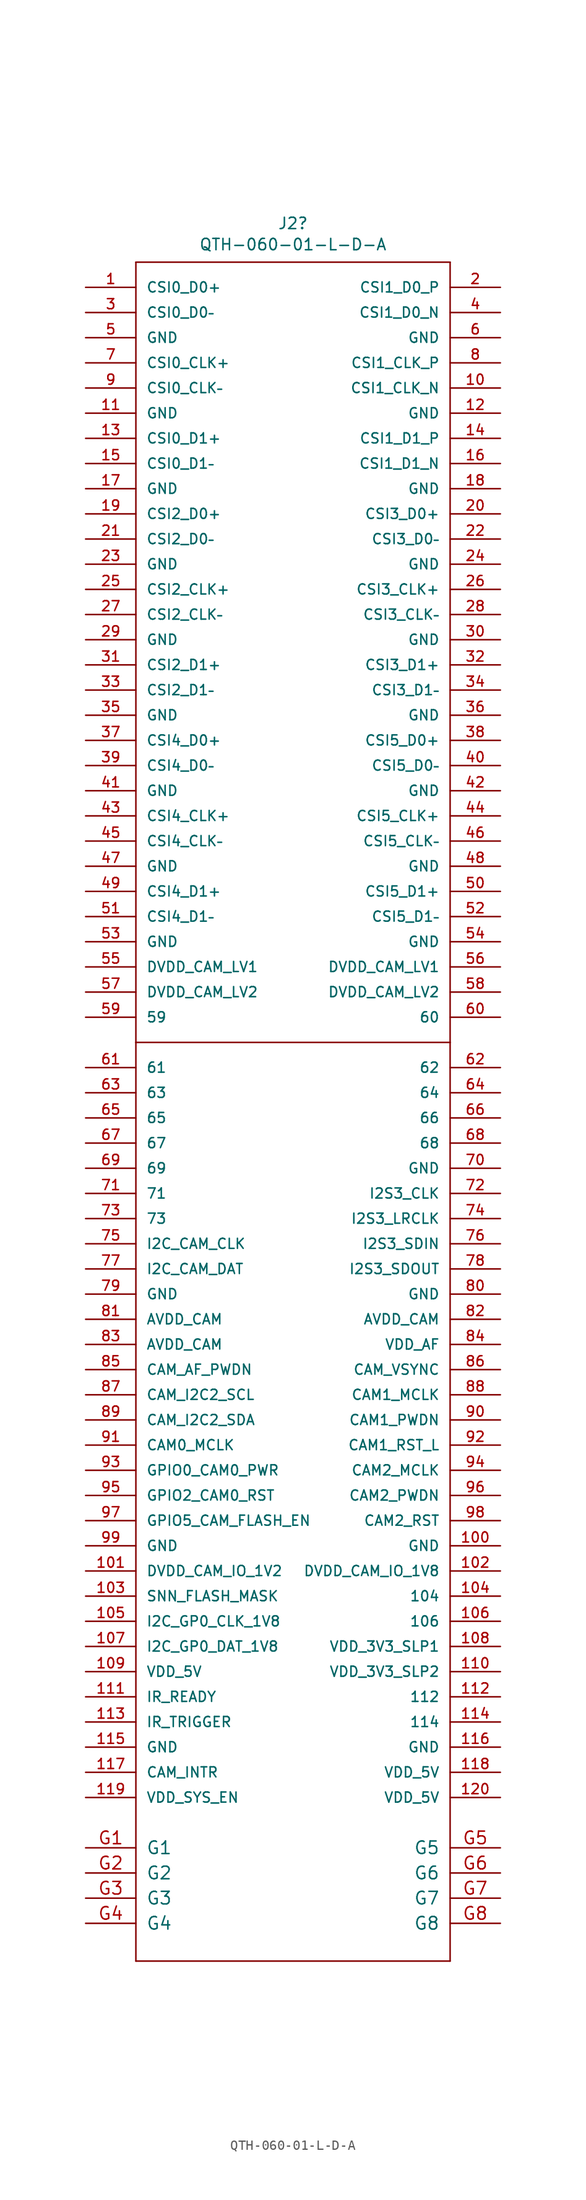
<source format=kicad_sym>
(kicad_symbol_lib
  (version 20211014)
  (generator kicad_symbol_editor)
  (symbol "QTH-060-01-L-D-A"
    (pin_names
      (offset 1.016))
    (property "Reference" "J2"
      (at 6.985 82.652 0)
      (effects (font (size 1.143 1.143))))
    (property "Value" "QTH-060-01-L-D-A"
      (at 6.985 80.518 0)
      (effects (font (size 1.143 1.143))))
    (property "ki_locked" ""
      (at 0 0 0)
      (effects (font (size 1.27 1.27))))
    (symbol "QTH-060-01-L-D-A_1_0"
      (polyline (pts (xy -8.89 -92.71) (xy -8.89 0)) (stroke (width 0) (type default) (color 0 0 0 0)) (fill (type none)))
      (polyline (pts (xy -8.89 0) (xy -8.89 78.74)) (stroke (width 0) (type default) (color 0 0 0 0)) (fill (type none)))
      (polyline (pts (xy -8.89 0) (xy 22.86 0)) (stroke (width 0) (type default) (color 0 0 0 0)) (fill (type none)))
      (polyline (pts (xy -8.89 78.74) (xy 22.86 78.74)) (stroke (width 0) (type default) (color 0 0 0 0)) (fill (type none)))
      (polyline (pts (xy 22.86 0) (xy 22.86 -92.71)) (stroke (width 0) (type default) (color 0 0 0 0)) (fill (type none)))
      (polyline (pts (xy 22.86 78.74) (xy 22.86 0)) (stroke (width 0) (type default) (color 0 0 0 0)) (fill (type none)))
      (polyline (pts (xy 22.86 -92.71) (xy 5.08 -92.71) (xy -8.89 -92.71)) (stroke (width 0) (type default) (color 0 0 0 0)) (fill (type none))))
    (symbol "QTH-060-01-L-D-A_1_1"
      (pin input line (at -13.97 76.2 0) (length 5.08) (name "CSI0_D0+" (effects (font (size 1.016 1.016)))) (number "1" (effects (font (size 1.016 1.016)))))
      (pin bidirectional line (at 27.94 66.04 180) (length 5.08) (name "CSI1_CLK_N" (effects (font (size 1.016 1.016)))) (number "10" (effects (font (size 1.016 1.016)))))
      (pin bidirectional line (at 27.94 -50.8 180) (length 5.08) (name "GND" (effects (font (size 1.016 1.016)))) (number "100" (effects (font (size 1.016 1.016)))))
      (pin power_out line (at -13.97 -53.34 0) (length 5.08) (name "DVDD_CAM_IO_1V2" (effects (font (size 1.016 1.016)))) (number "101" (effects (font (size 1.016 1.016)))))
      (pin power_out line (at 27.94 -53.34 180) (length 5.08) (name "DVDD_CAM_IO_1V8" (effects (font (size 1.016 1.016)))) (number "102" (effects (font (size 1.016 1.016)))))
      (pin bidirectional line (at -13.97 -55.88 0) (length 5.08) (name "SNN_FLASH_MASK" (effects (font (size 1.016 1.016)))) (number "103" (effects (font (size 1.016 1.016)))))
      (pin bidirectional line (at 27.94 -55.88 180) (length 5.08) (name "104" (effects (font (size 1.016 1.016)))) (number "104" (effects (font (size 1.016 1.016)))))
      (pin bidirectional line (at -13.97 -58.42 0) (length 5.08) (name "I2C_GP0_CLK_1V8" (effects (font (size 1.016 1.016)))) (number "105" (effects (font (size 1.016 1.016)))))
      (pin bidirectional line (at 27.94 -58.42 180) (length 5.08) (name "106" (effects (font (size 1.016 1.016)))) (number "106" (effects (font (size 1.016 1.016)))))
      (pin bidirectional line (at -13.97 -60.96 0) (length 5.08) (name "I2C_GP0_DAT_1V8" (effects (font (size 1.016 1.016)))) (number "107" (effects (font (size 1.016 1.016)))))
      (pin bidirectional line (at 27.94 -60.96 180) (length 5.08) (name "VDD_3V3_SLP1" (effects (font (size 1.016 1.016)))) (number "108" (effects (font (size 1.016 1.016)))))
      (pin bidirectional line (at -13.97 -63.5 0) (length 5.08) (name "VDD_5V" (effects (font (size 1.016 1.016)))) (number "109" (effects (font (size 1.016 1.016)))))
      (pin bidirectional line (at -13.97 63.5 0) (length 5.08) (name "GND" (effects (font (size 1.016 1.016)))) (number "11" (effects (font (size 1.016 1.016)))))
      (pin bidirectional line (at 27.94 -63.5 180) (length 5.08) (name "VDD_3V3_SLP2" (effects (font (size 1.016 1.016)))) (number "110" (effects (font (size 1.016 1.016)))))
      (pin bidirectional line (at -13.97 -66.04 0) (length 5.08) (name "IR_READY" (effects (font (size 1.016 1.016)))) (number "111" (effects (font (size 1.016 1.016)))))
      (pin bidirectional line (at 27.94 -66.04 180) (length 5.08) (name "112" (effects (font (size 1.016 1.016)))) (number "112" (effects (font (size 1.016 1.016)))))
      (pin bidirectional line (at -13.97 -68.58 0) (length 5.08) (name "IR_TRIGGER" (effects (font (size 1.016 1.016)))) (number "113" (effects (font (size 1.016 1.016)))))
      (pin bidirectional line (at 27.94 -68.58 180) (length 5.08) (name "114" (effects (font (size 1.016 1.016)))) (number "114" (effects (font (size 1.016 1.016)))))
      (pin bidirectional line (at -13.97 -71.12 0) (length 5.08) (name "GND" (effects (font (size 1.016 1.016)))) (number "115" (effects (font (size 1.016 1.016)))))
      (pin bidirectional line (at 27.94 -71.12 180) (length 5.08) (name "GND" (effects (font (size 1.016 1.016)))) (number "116" (effects (font (size 1.016 1.016)))))
      (pin bidirectional line (at -13.97 -73.66 0) (length 5.08) (name "CAM_INTR" (effects (font (size 1.016 1.016)))) (number "117" (effects (font (size 1.016 1.016)))))
      (pin bidirectional line (at 27.94 -73.66 180) (length 5.08) (name "VDD_5V" (effects (font (size 1.016 1.016)))) (number "118" (effects (font (size 1.016 1.016)))))
      (pin bidirectional line (at -13.97 -76.2 0) (length 5.08) (name "VDD_SYS_EN" (effects (font (size 1.016 1.016)))) (number "119" (effects (font (size 1.016 1.016)))))
      (pin bidirectional line (at 27.94 63.5 180) (length 5.08) (name "GND" (effects (font (size 1.016 1.016)))) (number "12" (effects (font (size 1.016 1.016)))))
      (pin bidirectional line (at 27.94 -76.2 180) (length 5.08) (name "VDD_5V" (effects (font (size 1.016 1.016)))) (number "120" (effects (font (size 1.016 1.016)))))
      (pin input line (at -13.97 60.96 0) (length 5.08) (name "CSI0_D1+" (effects (font (size 1.016 1.016)))) (number "13" (effects (font (size 1.016 1.016)))))
      (pin bidirectional line (at 27.94 60.96 180) (length 5.08) (name "CSI1_D1_P" (effects (font (size 1.016 1.016)))) (number "14" (effects (font (size 1.016 1.016)))))
      (pin bidirectional line (at -13.97 58.42 0) (length 5.08) (name "CSI0_D1–" (effects (font (size 1.016 1.016)))) (number "15" (effects (font (size 1.016 1.016)))))
      (pin bidirectional line (at 27.94 58.42 180) (length 5.08) (name "CSI1_D1_N" (effects (font (size 1.016 1.016)))) (number "16" (effects (font (size 1.016 1.016)))))
      (pin bidirectional line (at -13.97 55.88 0) (length 5.08) (name "GND" (effects (font (size 1.016 1.016)))) (number "17" (effects (font (size 1.016 1.016)))))
      (pin bidirectional line (at 27.94 55.88 180) (length 5.08) (name "GND" (effects (font (size 1.016 1.016)))) (number "18" (effects (font (size 1.016 1.016)))))
      (pin input line (at -13.97 53.34 0) (length 5.08) (name "CSI2_D0+" (effects (font (size 1.016 1.016)))) (number "19" (effects (font (size 1.016 1.016)))))
      (pin bidirectional line (at 27.94 76.2 180) (length 5.08) (name "CSI1_D0_P" (effects (font (size 1.016 1.016)))) (number "2" (effects (font (size 1.016 1.016)))))
      (pin bidirectional line (at 27.94 53.34 180) (length 5.08) (name "CSI3_D0+" (effects (font (size 1.016 1.016)))) (number "20" (effects (font (size 1.016 1.016)))))
      (pin input line (at -13.97 50.8 0) (length 5.08) (name "CSI2_D0–" (effects (font (size 1.016 1.016)))) (number "21" (effects (font (size 1.016 1.016)))))
      (pin bidirectional line (at 27.94 50.8 180) (length 5.08) (name "CSI3_D0–" (effects (font (size 1.016 1.016)))) (number "22" (effects (font (size 1.016 1.016)))))
      (pin bidirectional line (at -13.97 48.26 0) (length 5.08) (name "GND" (effects (font (size 1.016 1.016)))) (number "23" (effects (font (size 1.016 1.016)))))
      (pin bidirectional line (at 27.94 48.26 180) (length 5.08) (name "GND" (effects (font (size 1.016 1.016)))) (number "24" (effects (font (size 1.016 1.016)))))
      (pin input line (at -13.97 45.72 0) (length 5.08) (name "CSI2_CLK+" (effects (font (size 1.016 1.016)))) (number "25" (effects (font (size 1.016 1.016)))))
      (pin bidirectional line (at 27.94 45.72 180) (length 5.08) (name "CSI3_CLK+" (effects (font (size 1.016 1.016)))) (number "26" (effects (font (size 1.016 1.016)))))
      (pin input line (at -13.97 43.18 0) (length 5.08) (name "CSI2_CLK–" (effects (font (size 1.016 1.016)))) (number "27" (effects (font (size 1.016 1.016)))))
      (pin bidirectional line (at 27.94 43.18 180) (length 5.08) (name "CSI3_CLK–" (effects (font (size 1.016 1.016)))) (number "28" (effects (font (size 1.016 1.016)))))
      (pin bidirectional line (at -13.97 40.64 0) (length 5.08) (name "GND" (effects (font (size 1.016 1.016)))) (number "29" (effects (font (size 1.016 1.016)))))
      (pin input line (at -13.97 73.66 0) (length 5.08) (name "CSI0_D0–" (effects (font (size 1.016 1.016)))) (number "3" (effects (font (size 1.016 1.016)))))
      (pin bidirectional line (at 27.94 40.64 180) (length 5.08) (name "GND" (effects (font (size 1.016 1.016)))) (number "30" (effects (font (size 1.016 1.016)))))
      (pin input line (at -13.97 38.1 0) (length 5.08) (name "CSI2_D1+" (effects (font (size 1.016 1.016)))) (number "31" (effects (font (size 1.016 1.016)))))
      (pin bidirectional line (at 27.94 38.1 180) (length 5.08) (name "CSI3_D1+" (effects (font (size 1.016 1.016)))) (number "32" (effects (font (size 1.016 1.016)))))
      (pin input line (at -13.97 35.56 0) (length 5.08) (name "CSI2_D1–" (effects (font (size 1.016 1.016)))) (number "33" (effects (font (size 1.016 1.016)))))
      (pin bidirectional line (at 27.94 35.56 180) (length 5.08) (name "CSI3_D1–" (effects (font (size 1.016 1.016)))) (number "34" (effects (font (size 1.016 1.016)))))
      (pin bidirectional line (at -13.97 33.02 0) (length 5.08) (name "GND" (effects (font (size 1.016 1.016)))) (number "35" (effects (font (size 1.016 1.016)))))
      (pin bidirectional line (at 27.94 33.02 180) (length 5.08) (name "GND" (effects (font (size 1.016 1.016)))) (number "36" (effects (font (size 1.016 1.016)))))
      (pin input line (at -13.97 30.48 0) (length 5.08) (name "CSI4_D0+" (effects (font (size 1.016 1.016)))) (number "37" (effects (font (size 1.016 1.016)))))
      (pin bidirectional line (at 27.94 30.48 180) (length 5.08) (name "CSI5_D0+" (effects (font (size 1.016 1.016)))) (number "38" (effects (font (size 1.016 1.016)))))
      (pin input line (at -13.97 27.94 0) (length 5.08) (name "CSI4_D0–" (effects (font (size 1.016 1.016)))) (number "39" (effects (font (size 1.016 1.016)))))
      (pin bidirectional line (at 27.94 73.66 180) (length 5.08) (name "CSI1_D0_N" (effects (font (size 1.016 1.016)))) (number "4" (effects (font (size 1.016 1.016)))))
      (pin bidirectional line (at 27.94 27.94 180) (length 5.08) (name "CSI5_D0–" (effects (font (size 1.016 1.016)))) (number "40" (effects (font (size 1.016 1.016)))))
      (pin bidirectional line (at -13.97 25.4 0) (length 5.08) (name "GND" (effects (font (size 1.016 1.016)))) (number "41" (effects (font (size 1.016 1.016)))))
      (pin bidirectional line (at 27.94 25.4 180) (length 5.08) (name "GND" (effects (font (size 1.016 1.016)))) (number "42" (effects (font (size 1.016 1.016)))))
      (pin input line (at -13.97 22.86 0) (length 5.08) (name "CSI4_CLK+" (effects (font (size 1.016 1.016)))) (number "43" (effects (font (size 1.016 1.016)))))
      (pin bidirectional line (at 27.94 22.86 180) (length 5.08) (name "CSI5_CLK+" (effects (font (size 1.016 1.016)))) (number "44" (effects (font (size 1.016 1.016)))))
      (pin input line (at -13.97 20.32 0) (length 5.08) (name "CSI4_CLK–" (effects (font (size 1.016 1.016)))) (number "45" (effects (font (size 1.016 1.016)))))
      (pin bidirectional line (at 27.94 20.32 180) (length 5.08) (name "CSI5_CLK–" (effects (font (size 1.016 1.016)))) (number "46" (effects (font (size 1.016 1.016)))))
      (pin bidirectional line (at -13.97 17.78 0) (length 5.08) (name "GND" (effects (font (size 1.016 1.016)))) (number "47" (effects (font (size 1.016 1.016)))))
      (pin bidirectional line (at 27.94 17.78 180) (length 5.08) (name "GND" (effects (font (size 1.016 1.016)))) (number "48" (effects (font (size 1.016 1.016)))))
      (pin input line (at -13.97 15.24 0) (length 5.08) (name "CSI4_D1+" (effects (font (size 1.016 1.016)))) (number "49" (effects (font (size 1.016 1.016)))))
      (pin bidirectional line (at -13.97 71.12 0) (length 5.08) (name "GND" (effects (font (size 1.016 1.016)))) (number "5" (effects (font (size 1.016 1.016)))))
      (pin bidirectional line (at 27.94 15.24 180) (length 5.08) (name "CSI5_D1+" (effects (font (size 1.016 1.016)))) (number "50" (effects (font (size 1.016 1.016)))))
      (pin input line (at -13.97 12.7 0) (length 5.08) (name "CSI4_D1–" (effects (font (size 1.016 1.016)))) (number "51" (effects (font (size 1.016 1.016)))))
      (pin bidirectional line (at 27.94 12.7 180) (length 5.08) (name "CSI5_D1–" (effects (font (size 1.016 1.016)))) (number "52" (effects (font (size 1.016 1.016)))))
      (pin bidirectional line (at -13.97 10.16 0) (length 5.08) (name "GND" (effects (font (size 1.016 1.016)))) (number "53" (effects (font (size 1.016 1.016)))))
      (pin bidirectional line (at 27.94 10.16 180) (length 5.08) (name "GND" (effects (font (size 1.016 1.016)))) (number "54" (effects (font (size 1.016 1.016)))))
      (pin bidirectional line (at -13.97 7.62 0) (length 5.08) (name "DVDD_CAM_LV1" (effects (font (size 1.016 1.016)))) (number "55" (effects (font (size 1.016 1.016)))))
      (pin bidirectional line (at 27.94 7.62 180) (length 5.08) (name "DVDD_CAM_LV1" (effects (font (size 1.016 1.016)))) (number "56" (effects (font (size 1.016 1.016)))))
      (pin bidirectional line (at -13.97 5.08 0) (length 5.08) (name "DVDD_CAM_LV2" (effects (font (size 1.016 1.016)))) (number "57" (effects (font (size 1.016 1.016)))))
      (pin bidirectional line (at 27.94 5.08 180) (length 5.08) (name "DVDD_CAM_LV2" (effects (font (size 1.016 1.016)))) (number "58" (effects (font (size 1.016 1.016)))))
      (pin bidirectional line (at -13.97 2.54 0) (length 5.08) (name "59" (effects (font (size 1.016 1.016)))) (number "59" (effects (font (size 1.016 1.016)))))
      (pin bidirectional line (at 27.94 71.12 180) (length 5.08) (name "GND" (effects (font (size 1.016 1.016)))) (number "6" (effects (font (size 1.016 1.016)))))
      (pin bidirectional line (at 27.94 2.54 180) (length 5.08) (name "60" (effects (font (size 1.016 1.016)))) (number "60" (effects (font (size 1.016 1.016)))))
      (pin bidirectional line (at -13.97 -2.54 0) (length 5.08) (name "61" (effects (font (size 1.016 1.016)))) (number "61" (effects (font (size 1.016 1.016)))))
      (pin bidirectional line (at 27.94 -2.54 180) (length 5.08) (name "62" (effects (font (size 1.016 1.016)))) (number "62" (effects (font (size 1.016 1.016)))))
      (pin bidirectional line (at -13.97 -5.08 0) (length 5.08) (name "63" (effects (font (size 1.016 1.016)))) (number "63" (effects (font (size 1.016 1.016)))))
      (pin bidirectional line (at 27.94 -5.08 180) (length 5.08) (name "64" (effects (font (size 1.016 1.016)))) (number "64" (effects (font (size 1.016 1.016)))))
      (pin bidirectional line (at -13.97 -7.62 0) (length 5.08) (name "65" (effects (font (size 1.016 1.016)))) (number "65" (effects (font (size 1.016 1.016)))))
      (pin bidirectional line (at 27.94 -7.62 180) (length 5.08) (name "66" (effects (font (size 1.016 1.016)))) (number "66" (effects (font (size 1.016 1.016)))))
      (pin bidirectional line (at -13.97 -10.16 0) (length 5.08) (name "67" (effects (font (size 1.016 1.016)))) (number "67" (effects (font (size 1.016 1.016)))))
      (pin bidirectional line (at 27.94 -10.16 180) (length 5.08) (name "68" (effects (font (size 1.016 1.016)))) (number "68" (effects (font (size 1.016 1.016)))))
      (pin bidirectional line (at -13.97 -12.7 0) (length 5.08) (name "69" (effects (font (size 1.016 1.016)))) (number "69" (effects (font (size 1.016 1.016)))))
      (pin input line (at -13.97 68.58 0) (length 5.08) (name "CSI0_CLK+" (effects (font (size 1.016 1.016)))) (number "7" (effects (font (size 1.016 1.016)))))
      (pin bidirectional line (at 27.94 -12.7 180) (length 5.08) (name "GND" (effects (font (size 1.016 1.016)))) (number "70" (effects (font (size 1.016 1.016)))))
      (pin bidirectional line (at -13.97 -15.24 0) (length 5.08) (name "71" (effects (font (size 1.016 1.016)))) (number "71" (effects (font (size 1.016 1.016)))))
      (pin bidirectional line (at 27.94 -15.24 180) (length 5.08) (name "I2S3_CLK" (effects (font (size 1.016 1.016)))) (number "72" (effects (font (size 1.016 1.016)))))
      (pin bidirectional line (at -13.97 -17.78 0) (length 5.08) (name "73" (effects (font (size 1.016 1.016)))) (number "73" (effects (font (size 1.016 1.016)))))
      (pin bidirectional line (at 27.94 -17.78 180) (length 5.08) (name "I2S3_LRCLK" (effects (font (size 1.016 1.016)))) (number "74" (effects (font (size 1.016 1.016)))))
      (pin bidirectional line (at -13.97 -20.32 0) (length 5.08) (name "I2C_CAM_CLK" (effects (font (size 1.016 1.016)))) (number "75" (effects (font (size 1.016 1.016)))))
      (pin input line (at 27.94 -20.32 180) (length 5.08) (name "I2S3_SDIN" (effects (font (size 1.016 1.016)))) (number "76" (effects (font (size 1.016 1.016)))))
      (pin bidirectional line (at -13.97 -22.86 0) (length 5.08) (name "I2C_CAM_DAT" (effects (font (size 1.016 1.016)))) (number "77" (effects (font (size 1.016 1.016)))))
      (pin bidirectional line (at 27.94 -22.86 180) (length 5.08) (name "I2S3_SDOUT" (effects (font (size 1.016 1.016)))) (number "78" (effects (font (size 1.016 1.016)))))
      (pin bidirectional line (at -13.97 -25.4 0) (length 5.08) (name "GND" (effects (font (size 1.016 1.016)))) (number "79" (effects (font (size 1.016 1.016)))))
      (pin bidirectional line (at 27.94 68.58 180) (length 5.08) (name "CSI1_CLK_P" (effects (font (size 1.016 1.016)))) (number "8" (effects (font (size 1.016 1.016)))))
      (pin bidirectional line (at 27.94 -25.4 180) (length 5.08) (name "GND" (effects (font (size 1.016 1.016)))) (number "80" (effects (font (size 1.016 1.016)))))
      (pin passive line (at -13.97 -27.94 0) (length 5.08) (name "AVDD_CAM" (effects (font (size 1.016 1.016)))) (number "81" (effects (font (size 1.016 1.016)))))
      (pin passive line (at 27.94 -27.94 180) (length 5.08) (name "AVDD_CAM" (effects (font (size 1.016 1.016)))) (number "82" (effects (font (size 1.016 1.016)))))
      (pin passive line (at -13.97 -30.48 0) (length 5.08) (name "AVDD_CAM" (effects (font (size 1.016 1.016)))) (number "83" (effects (font (size 1.016 1.016)))))
      (pin bidirectional line (at 27.94 -30.48 180) (length 5.08) (name "VDD_AF" (effects (font (size 1.016 1.016)))) (number "84" (effects (font (size 1.016 1.016)))))
      (pin bidirectional line (at -13.97 -33.02 0) (length 5.08) (name "CAM_AF_PWDN" (effects (font (size 1.016 1.016)))) (number "85" (effects (font (size 1.016 1.016)))))
      (pin output line (at 27.94 -33.02 180) (length 5.08) (name "CAM_VSYNC" (effects (font (size 1.016 1.016)))) (number "86" (effects (font (size 1.016 1.016)))))
      (pin bidirectional line (at -13.97 -35.56 0) (length 5.08) (name "CAM_I2C2_SCL" (effects (font (size 1.016 1.016)))) (number "87" (effects (font (size 1.016 1.016)))))
      (pin output line (at 27.94 -35.56 180) (length 5.08) (name "CAM1_MCLK" (effects (font (size 1.016 1.016)))) (number "88" (effects (font (size 1.016 1.016)))))
      (pin bidirectional line (at -13.97 -38.1 0) (length 5.08) (name "CAM_I2C2_SDA" (effects (font (size 1.016 1.016)))) (number "89" (effects (font (size 1.016 1.016)))))
      (pin input line (at -13.97 66.04 0) (length 5.08) (name "CSI0_CLK–" (effects (font (size 1.016 1.016)))) (number "9" (effects (font (size 1.016 1.016)))))
      (pin output line (at 27.94 -38.1 180) (length 5.08) (name "CAM1_PWDN" (effects (font (size 1.016 1.016)))) (number "90" (effects (font (size 1.016 1.016)))))
      (pin output line (at -13.97 -40.64 0) (length 5.08) (name "CAM0_MCLK" (effects (font (size 1.016 1.016)))) (number "91" (effects (font (size 1.016 1.016)))))
      (pin output line (at 27.94 -40.64 180) (length 5.08) (name "CAM1_RST_L" (effects (font (size 1.016 1.016)))) (number "92" (effects (font (size 1.016 1.016)))))
      (pin output line (at -13.97 -43.18 0) (length 5.08) (name "GPIO0_CAM0_PWR" (effects (font (size 1.016 1.016)))) (number "93" (effects (font (size 1.016 1.016)))))
      (pin output line (at 27.94 -43.18 180) (length 5.08) (name "CAM2_MCLK" (effects (font (size 1.016 1.016)))) (number "94" (effects (font (size 1.016 1.016)))))
      (pin output line (at -13.97 -45.72 0) (length 5.08) (name "GPIO2_CAM0_RST" (effects (font (size 1.016 1.016)))) (number "95" (effects (font (size 1.016 1.016)))))
      (pin output line (at 27.94 -45.72 180) (length 5.08) (name "CAM2_PWDN" (effects (font (size 1.016 1.016)))) (number "96" (effects (font (size 1.016 1.016)))))
      (pin output line (at -13.97 -48.26 0) (length 5.08) (name "GPIO5_CAM_FLASH_EN" (effects (font (size 1.016 1.016)))) (number "97" (effects (font (size 1.016 1.016)))))
      (pin output line (at 27.94 -48.26 180) (length 5.08) (name "CAM2_RST" (effects (font (size 1.016 1.016)))) (number "98" (effects (font (size 1.016 1.016)))))
      (pin bidirectional line (at -13.97 -50.8 0) (length 5.08) (name "GND" (effects (font (size 1.016 1.016)))) (number "99" (effects (font (size 1.016 1.016)))))
      (pin bidirectional line (at -13.97 -81.28 0) (length 5.08) (name "G1" (effects (font (size 1.27 1.27)))) (number "G1" (effects (font (size 1.27 1.27)))))
      (pin bidirectional line (at -13.97 -83.82 0) (length 5.08) (name "G2" (effects (font (size 1.27 1.27)))) (number "G2" (effects (font (size 1.27 1.27)))))
      (pin bidirectional line (at -13.97 -86.36 0) (length 5.08) (name "G3" (effects (font (size 1.27 1.27)))) (number "G3" (effects (font (size 1.27 1.27)))))
      (pin bidirectional line (at -13.97 -88.9 0) (length 5.08) (name "G4" (effects (font (size 1.27 1.27)))) (number "G4" (effects (font (size 1.27 1.27)))))
      (pin bidirectional line (at 27.94 -81.28 180) (length 5.08) (name "G5" (effects (font (size 1.27 1.27)))) (number "G5" (effects (font (size 1.27 1.27)))))
      (pin bidirectional line (at 27.94 -83.82 180) (length 5.08) (name "G6" (effects (font (size 1.27 1.27)))) (number "G6" (effects (font (size 1.27 1.27)))))
      (pin bidirectional line (at 27.94 -86.36 180) (length 5.08) (name "G7" (effects (font (size 1.27 1.27)))) (number "G7" (effects (font (size 1.27 1.27)))))
      (pin bidirectional line (at 27.94 -88.9 180) (length 5.08) (name "G8" (effects (font (size 1.27 1.27)))) (number "G8" (effects (font (size 1.27 1.27))))))))
</source>
